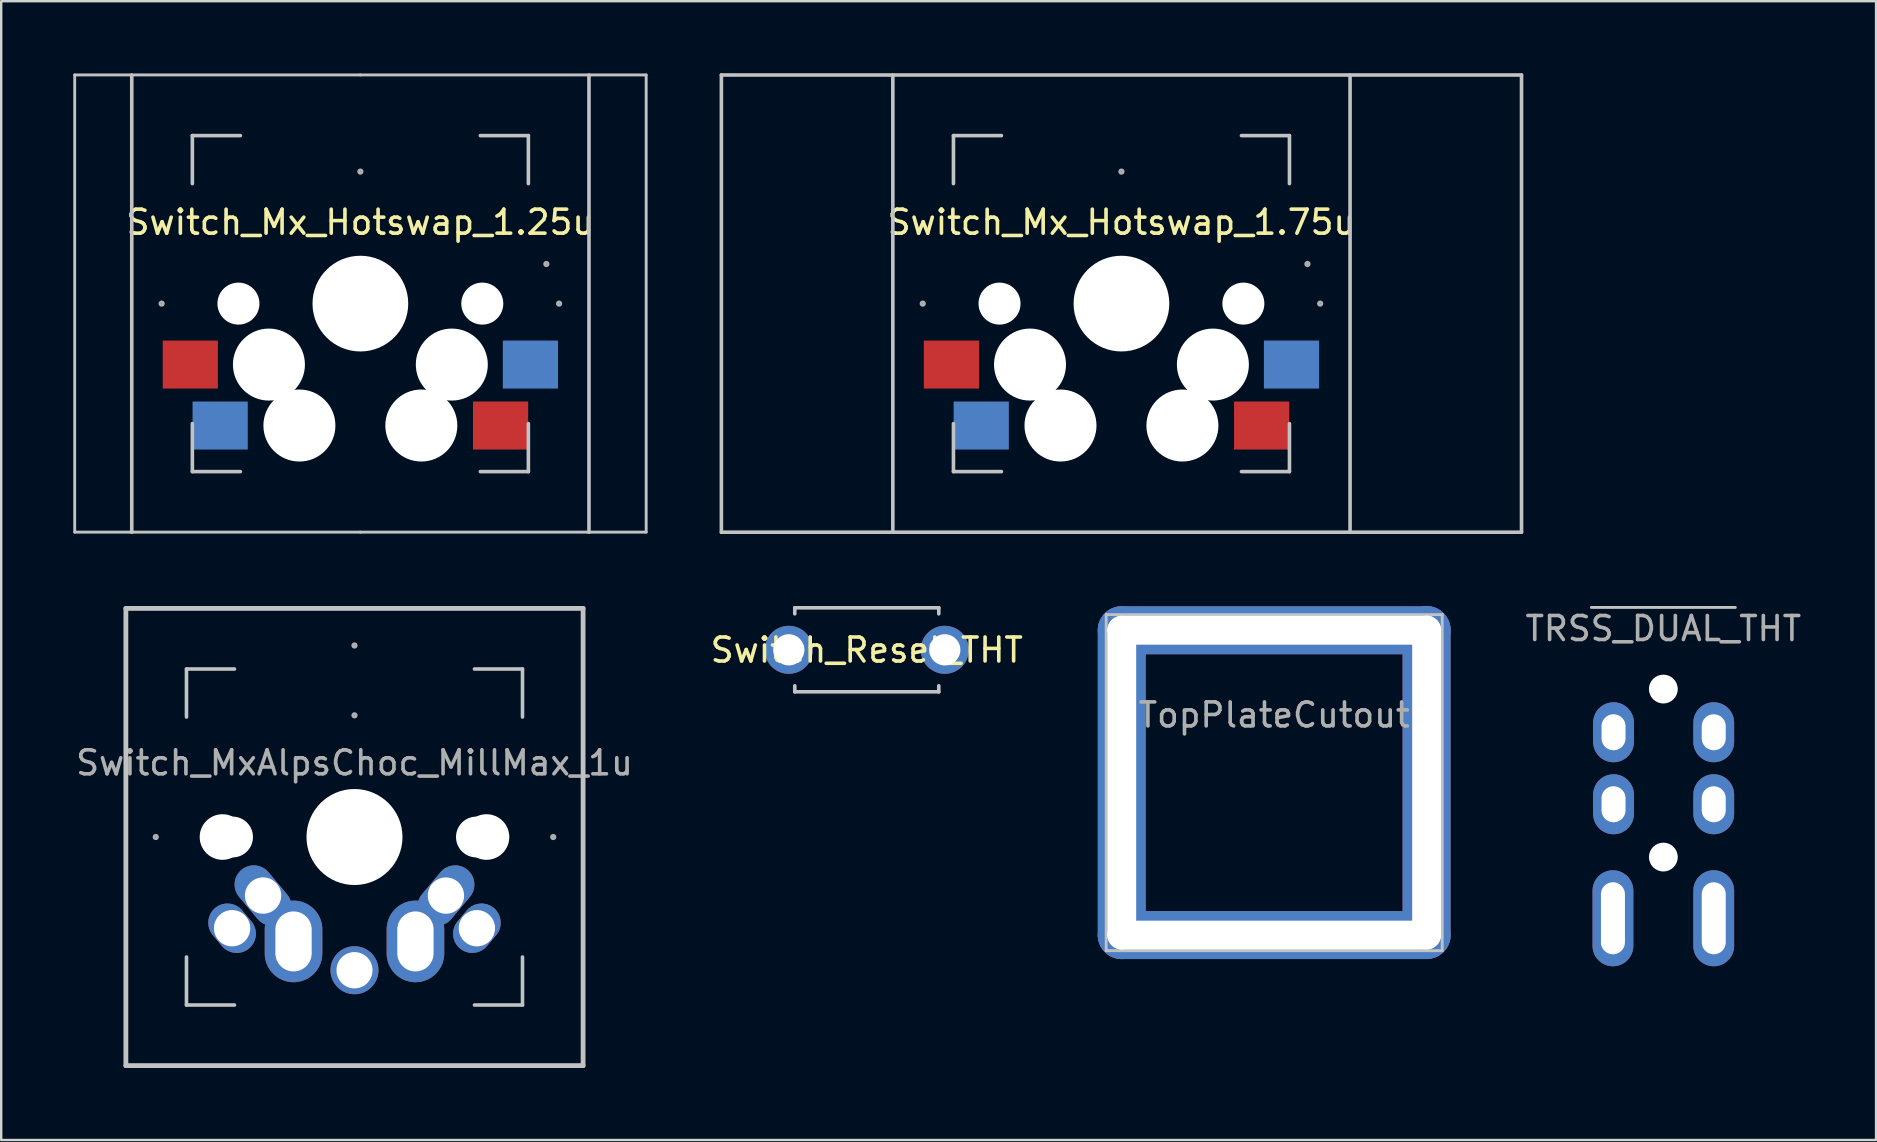
<source format=kicad_pcb>
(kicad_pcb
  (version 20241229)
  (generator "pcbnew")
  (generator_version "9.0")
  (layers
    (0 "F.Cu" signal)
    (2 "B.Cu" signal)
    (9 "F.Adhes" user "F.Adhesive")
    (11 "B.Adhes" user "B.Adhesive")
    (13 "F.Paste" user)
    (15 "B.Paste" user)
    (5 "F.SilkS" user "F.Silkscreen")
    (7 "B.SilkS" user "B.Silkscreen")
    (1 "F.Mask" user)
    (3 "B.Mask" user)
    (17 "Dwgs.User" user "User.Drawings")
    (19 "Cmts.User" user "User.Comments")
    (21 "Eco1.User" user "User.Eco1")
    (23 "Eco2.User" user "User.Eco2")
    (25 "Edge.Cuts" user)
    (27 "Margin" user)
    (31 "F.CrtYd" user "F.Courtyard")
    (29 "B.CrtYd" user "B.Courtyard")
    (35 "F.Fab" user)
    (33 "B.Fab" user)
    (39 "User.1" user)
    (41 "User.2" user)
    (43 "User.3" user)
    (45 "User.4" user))
  (footprint "Switch_Mx_Hotswap_1.25u"
    (layer "F.Cu")
    (at 11.965 9.6)
    (property "Reference" "Switch_Mx_Hotswap_1.25u" (at 0 -3.39 180) (layer "F.SilkS") (effects (font (size 1 1) (thickness 0.15))))
    (attr through_hole)
    (fp_line (start -11.905 -9.528) (end 0 -9.528) (stroke (width 0.12) (type solid)) (layer "Dwgs.User"))
    (fp_line (start -11.902 9.522) (end -11.902 -9.528) (stroke (width 0.12) (type solid)) (layer "Dwgs.User"))
    (fp_line (start -9.525 9.525) (end -9.525 -9.525) (stroke (width 0.15) (type solid)) (layer "Dwgs.User"))
    (fp_line (start -7 -7) (end -5 -7) (stroke (width 0.15) (type solid)) (layer "Dwgs.User"))
    (fp_line (start -7 -5) (end -7 -7) (stroke (width 0.15) (type solid)) (layer "Dwgs.User"))
    (fp_line (start -7 7) (end -7 5) (stroke (width 0.15) (type solid)) (layer "Dwgs.User"))
    (fp_line (start -5 7) (end -7 7) (stroke (width 0.15) (type solid)) (layer "Dwgs.User"))
    (fp_line (start 0 -9.528) (end 11.905 -9.528) (stroke (width 0.12) (type solid)) (layer "Dwgs.User"))
    (fp_line (start 0.003 9.522) (end -11.902 9.522) (stroke (width 0.12) (type solid)) (layer "Dwgs.User"))
    (fp_line (start 5 -7) (end 7 -7) (stroke (width 0.15) (type solid)) (layer "Dwgs.User"))
    (fp_line (start 5 7) (end 7 7) (stroke (width 0.15) (type solid)) (layer "Dwgs.User"))
    (fp_line (start 7 -7) (end 7 -5) (stroke (width 0.15) (type solid)) (layer "Dwgs.User"))
    (fp_line (start 7 7) (end 7 5) (stroke (width 0.15) (type solid)) (layer "Dwgs.User"))
    (fp_line (start 9.525 -9.525) (end 9.525 9.525) (stroke (width 0.15) (type solid)) (layer "Dwgs.User"))
    (fp_line (start 11.908 -9.528) (end 11.908 9.522) (stroke (width 0.12) (type solid)) (layer "Dwgs.User"))
    (fp_line (start 11.908 9.522) (end 0.003 9.522) (stroke (width 0.12) (type solid)) (layer "Dwgs.User"))
    (fp_circle (center -8.28 0) (end -8.28 -0.01) (stroke (width 0.12) (type solid)) (fill no) (layer "F.Fab"))
    (fp_circle (center 0 -5.5) (end 0 -5.51) (stroke (width 0.12) (type solid)) (fill no) (layer "F.Fab"))
    (fp_circle (center 7.75 -1.65) (end 7.75 -1.66) (stroke (width 0.12) (type solid)) (fill no) (layer "F.Fab"))
    (fp_circle (center 8.28 0) (end 8.28 -0.01) (stroke (width 0.12) (type solid)) (fill no) (layer "F.Fab"))
    (pad "" np_thru_hole circle (at -5.08 0 228.1) (size 1.75 1.75) (drill 1.75) (layers "*.Cu" "*.Mask"))
    (pad "" np_thru_hole circle (at -3.81 2.54 180) (size 3 3) (drill 3) (layers "*.Cu" "*.Mask"))
    (pad "" np_thru_hole circle (at -2.54 5.08 180) (size 3 3) (drill 3) (layers "*.Cu" "*.Mask"))
    (pad "" np_thru_hole circle (at 0 0 180) (size 3.988 3.988) (drill 3.988) (layers "*.Cu" "*.Mask"))
    (pad "" np_thru_hole circle (at 2.54 5.08 180) (size 3 3) (drill 3) (layers "*.Cu" "*.Mask"))
    (pad "" np_thru_hole circle (at 3.81 2.54 180) (size 3 3) (drill 3) (layers "*.Cu" "*.Mask"))
    (pad "" np_thru_hole circle (at 5.08 0 228.1) (size 1.75 1.75) (drill 1.75) (layers "*.Cu" "*.Mask"))
    (pad "1" smd rect (at -7.085 2.54 180) (size 2.3 2) (layers "F.Cu" "F.Mask" "F.Paste"))
    (pad "1" smd rect (at 7.085 2.54 180) (size 2.3 2) (layers "B.Cu" "B.Mask" "B.Paste"))
    (pad "2" smd rect (at -5.842 5.08 180) (size 2.3 2) (layers "B.Cu" "B.Mask" "B.Paste"))
    (pad "2" smd rect (at 5.842 5.08 180) (size 2.3 2) (layers "F.Cu" "F.Mask" "F.Paste")))
  (footprint "TopPlateCutout"
    (layer "F.Cu")
    (at 50.04 29.56)
    (property "Reference" "TopPlateCutout" (at 0 -2.82 180) (layer "F.Fab") (effects (font (size 1 1) (thickness 0.15))))
    (attr through_hole)
    (fp_line (start -7 -7) (end -7 7) (stroke (width 0.12) (type solid)) (layer "Dwgs.User"))
    (fp_line (start -7 -7) (end 7 -7) (stroke (width 0.12) (type solid)) (layer "Dwgs.User"))
    (fp_line (start 7 -7) (end 7 7) (stroke (width 0.12) (type solid)) (layer "Dwgs.User"))
    (fp_line (start 7 7) (end -7 7) (stroke (width 0.12) (type solid)) (layer "Dwgs.User"))
    (pad "" thru_hole oval (at -6.35 0 270) (size 14.7 2) (drill oval 13.9 1.2) (layers "*.Cu" "*.Mask"))
    (pad "" thru_hole oval (at 0 -6.35) (size 14.7 2) (drill oval 13.9 1.2) (layers "*.Cu" "*.Mask"))
    (pad "" thru_hole oval (at 0 6.35) (size 14.7 2) (drill oval 13.9 1.2) (layers "*.Cu" "*.Mask"))
    (pad "" thru_hole oval (at 6.35 -0.01 270) (size 14.7 2) (drill oval 13.9 1.2) (layers "*.Cu" "*.Mask")))
  (footprint "Switch_Reset_THT"
    (layer "F.Cu")
    (at 33.065 24.025)
    (property "Reference" "Switch_Reset_THT" (at 0 0.01 0) (layer "F.SilkS") (effects (font (size 1 1) (thickness 0.15))))
    (attr through_hole)
    (fp_line (start -3 -1.75) (end -3 -1.5) (stroke (width 0.15) (type solid)) (layer "Dwgs.User"))
    (fp_line (start -3 -1.75) (end 3 -1.75) (stroke (width 0.15) (type solid)) (layer "Dwgs.User"))
    (fp_line (start -3 1.75) (end -3 1.5) (stroke (width 0.15) (type solid)) (layer "Dwgs.User"))
    (fp_line (start -3 1.75) (end 3 1.75) (stroke (width 0.15) (type solid)) (layer "Dwgs.User"))
    (fp_line (start 3 -1.75) (end 3 -1.5) (stroke (width 0.15) (type solid)) (layer "Dwgs.User"))
    (fp_line (start 3 1.75) (end 3 1.5) (stroke (width 0.15) (type solid)) (layer "Dwgs.User"))
    (pad "1" thru_hole circle (at 3.25 0) (size 2 2) (drill 1.3) (layers "*.Cu" "*.Mask"))
    (pad "2" thru_hole circle (at -3.25 0) (size 2 2) (drill 1.3) (layers "*.Cu" "*.Mask")))
  (footprint "Switch_MxAlpsChoc_MillMax_1u"
    (layer "F.Cu")
    (at 11.72 31.825)
    (property "Reference" "Switch_MxAlpsChoc_MillMax_1u" (at 0 -3.09 0) (layer "F.Fab") (effects (font (size 1 1) (thickness 0.15))))
    (attr through_hole)
    (fp_line (start -9.525 -9.525) (end 9.525 -9.525) (stroke (width 0.2) (type solid)) (layer "Dwgs.User"))
    (fp_line (start -9.525 9.525) (end -9.525 -9.525) (stroke (width 0.2) (type solid)) (layer "Dwgs.User"))
    (fp_line (start -9.525 9.525) (end 9.525 9.525) (stroke (width 0.2) (type solid)) (layer "Dwgs.User"))
    (fp_line (start -7 -7) (end -7 -5) (stroke (width 0.15) (type solid)) (layer "Dwgs.User"))
    (fp_line (start -7 7) (end -7 5) (stroke (width 0.15) (type solid)) (layer "Dwgs.User"))
    (fp_line (start -5 -7) (end -7 -7) (stroke (width 0.15) (type solid)) (layer "Dwgs.User"))
    (fp_line (start -5 7) (end -7 7) (stroke (width 0.15) (type solid)) (layer "Dwgs.User"))
    (fp_line (start 5 7) (end 7 7) (stroke (width 0.15) (type solid)) (layer "Dwgs.User"))
    (fp_line (start 7 -7) (end 5 -7) (stroke (width 0.15) (type solid)) (layer "Dwgs.User"))
    (fp_line (start 7 -5) (end 7 -7) (stroke (width 0.15) (type solid)) (layer "Dwgs.User"))
    (fp_line (start 7 7) (end 7 5) (stroke (width 0.15) (type solid)) (layer "Dwgs.User"))
    (fp_line (start 9.525 -9.525) (end 9.525 9.525) (stroke (width 0.2) (type solid)) (layer "Dwgs.User"))
    (fp_circle (center -8.28 0) (end -8.28 0.01) (stroke (width 0.12) (type solid)) (fill no) (layer "F.Fab"))
    (fp_circle (center 0 -7.98) (end 0 -7.97) (stroke (width 0.12) (type solid)) (fill no) (layer "F.Fab"))
    (fp_circle (center 0 -5.07) (end 0 -5.06) (stroke (width 0.12) (type solid)) (fill no) (layer "F.Fab"))
    (fp_circle (center 8.28 0) (end 8.28 0.01) (stroke (width 0.12) (type solid)) (fill no) (layer "F.Fab"))
    (pad "" np_thru_hole circle (at -5.5 0 270) (size 1.9 1.9) (drill 1.9) (layers "*.Cu" "*.Mask"))
    (pad "" np_thru_hole circle (at -5.08 0 180) (size 1.7 1.7) (drill 1.7) (layers "*.Cu" "*.Mask"))
    (pad "" np_thru_hole circle (at 0 0 270) (size 4 4) (drill 4) (layers "*.Cu" "*.Mask"))
    (pad "" np_thru_hole circle (at 5.08 0 180) (size 1.7 1.7) (drill 1.7) (layers "*.Cu" "*.Mask"))
    (pad "" np_thru_hole circle (at 5.5 0 270) (size 1.9 1.9) (drill 1.9) (layers "*.Cu" "*.Mask"))
    (pad "1" thru_hole oval (at -5.1 3.8 130) (size 2.2 1.6) (drill 1.513) (layers "*.Cu" "*.Mask"))
    (pad "1" thru_hole oval (at 2.54 4.35 180) (size 2.4 3.4) (drill oval 1.513 2.5) (layers "*.Cu" "*.Mask"))
    (pad "1" thru_hole oval (at 3.81 2.44 230) (size 2.8 1.6) (drill 1.513) (layers "*.Cu" "*.Mask"))
    (pad "1" thru_hole oval (at 5.1 3.8 230) (size 2.2 1.6) (drill 1.513) (layers "*.Cu" "*.Mask"))
    (pad "2" thru_hole oval (at -3.81 2.44 130) (size 2.8 1.6) (drill 1.513) (layers "*.Cu" "*.Mask"))
    (pad "2" thru_hole oval (at -2.54 4.35 180) (size 2.4 3.4) (drill oval 1.513 2.5) (layers "*.Cu" "*.Mask"))
    (pad "2" thru_hole circle (at 0 5.55 270) (size 2 2) (drill oval 1.513 1.5) (layers "*.Cu" "*.Mask")))
  (footprint "Switch_Mx_Hotswap_1.75u"
    (layer "F.Cu")
    (at 43.676 9.6)
    (property "Reference" "Switch_Mx_Hotswap_1.75u" (at 0 -3.39 180) (layer "F.SilkS") (effects (font (size 1 1) (thickness 0.15))))
    (attr through_hole)
    (fp_line (start -16.669 -9.525) (end -16.669 9.525) (stroke (width 0.15) (type solid)) (layer "Dwgs.User"))
    (fp_line (start -16.669 -9.525) (end 16.669 -9.525) (stroke (width 0.15) (type solid)) (layer "Dwgs.User"))
    (fp_line (start -9.525 9.525) (end -9.525 -9.525) (stroke (width 0.15) (type solid)) (layer "Dwgs.User"))
    (fp_line (start -7 -7) (end -5 -7) (stroke (width 0.15) (type solid)) (layer "Dwgs.User"))
    (fp_line (start -7 -5) (end -7 -7) (stroke (width 0.15) (type solid)) (layer "Dwgs.User"))
    (fp_line (start -7 7) (end -7 5) (stroke (width 0.15) (type solid)) (layer "Dwgs.User"))
    (fp_line (start -5 7) (end -7 7) (stroke (width 0.15) (type solid)) (layer "Dwgs.User"))
    (fp_line (start 5 -7) (end 7 -7) (stroke (width 0.15) (type solid)) (layer "Dwgs.User"))
    (fp_line (start 5 7) (end 7 7) (stroke (width 0.15) (type solid)) (layer "Dwgs.User"))
    (fp_line (start 7 -7) (end 7 -5) (stroke (width 0.15) (type solid)) (layer "Dwgs.User"))
    (fp_line (start 7 7) (end 7 5) (stroke (width 0.15) (type solid)) (layer "Dwgs.User"))
    (fp_line (start 9.525 -9.525) (end 9.525 9.525) (stroke (width 0.15) (type solid)) (layer "Dwgs.User"))
    (fp_line (start 16.669 -9.525) (end 16.669 9.525) (stroke (width 0.15) (type solid)) (layer "Dwgs.User"))
    (fp_line (start 16.669 9.525) (end -16.669 9.525) (stroke (width 0.15) (type solid)) (layer "Dwgs.User"))
    (fp_circle (center -8.28 0) (end -8.28 -0.01) (stroke (width 0.12) (type solid)) (fill no) (layer "F.Fab"))
    (fp_circle (center 0 -5.5) (end 0 -5.51) (stroke (width 0.12) (type solid)) (fill no) (layer "F.Fab"))
    (fp_circle (center 7.75 -1.65) (end 7.75 -1.66) (stroke (width 0.12) (type solid)) (fill no) (layer "F.Fab"))
    (fp_circle (center 8.28 0) (end 8.28 -0.01) (stroke (width 0.12) (type solid)) (fill no) (layer "F.Fab"))
    (pad "" np_thru_hole circle (at -5.08 0 228.1) (size 1.75 1.75) (drill 1.75) (layers "*.Cu" "*.Mask"))
    (pad "" np_thru_hole circle (at -3.81 2.54 180) (size 3 3) (drill 3) (layers "*.Cu" "*.Mask"))
    (pad "" np_thru_hole circle (at -2.54 5.08 180) (size 3 3) (drill 3) (layers "*.Cu" "*.Mask"))
    (pad "" np_thru_hole circle (at 0 0 180) (size 3.988 3.988) (drill 3.988) (layers "*.Cu" "*.Mask"))
    (pad "" np_thru_hole circle (at 2.54 5.08 180) (size 3 3) (drill 3) (layers "*.Cu" "*.Mask"))
    (pad "" np_thru_hole circle (at 3.81 2.54 180) (size 3 3) (drill 3) (layers "*.Cu" "*.Mask"))
    (pad "" np_thru_hole circle (at 5.08 0 228.1) (size 1.75 1.75) (drill 1.75) (layers "*.Cu" "*.Mask"))
    (pad "1" smd rect (at -7.085 2.54 180) (size 2.3 2) (layers "F.Cu" "F.Mask" "F.Paste"))
    (pad "1" smd rect (at 7.085 2.54 180) (size 2.3 2) (layers "B.Cu" "B.Mask" "B.Paste"))
    (pad "2" smd rect (at -5.842 5.08 180) (size 2.3 2) (layers "B.Cu" "B.Mask" "B.Paste"))
    (pad "2" smd rect (at 5.842 5.08 180) (size 2.3 2) (layers "F.Cu" "F.Mask" "F.Paste")))
  (footprint "TRSS_DUAL_THT"
    (layer "F.Cu")
    (at 66.254 24.16)
    (property "Reference" "TRSS_DUAL_THT" (at 0 -1.02 0) (layer "F.Fab") (effects (font (size 1 1) (thickness 0.15))))
    (attr through_hole)
    (fp_line (start -3 -1.9) (end 3 -1.9) (stroke (width 0.12) (type solid)) (layer "Dwgs.User"))
    (pad "" np_thru_hole circle (at 0 1.5) (size 1.2 1.2) (drill 1.2) (layers "*.Cu" "*.Mask"))
    (pad "" np_thru_hole circle (at 0 8.5) (size 1.2 1.2) (drill 1.2) (layers "*.Cu" "*.Mask"))
    (pad "A" thru_hole oval (at -2.1 11.05) (size 1.7 4) (drill oval 1 3) (layers "*.Cu" "*.Mask"))
    (pad "B" thru_hole oval (at -2.075 3.3) (size 1.7 2.5) (drill oval 1 1.5) (layers "*.Cu" "*.Mask"))
    (pad "B" thru_hole oval (at 2.1 3.3) (size 1.7 2.5) (drill oval 1 1.5) (layers "*.Cu" "*.Mask"))
    (pad "C" thru_hole oval (at -2.075 6.3) (size 1.7 2.5) (drill oval 1 1.5) (layers "*.Cu" "*.Mask"))
    (pad "C" thru_hole oval (at 2.1 6.3) (size 1.7 2.5) (drill oval 1 1.5) (layers "*.Cu" "*.Mask"))
    (pad "D" thru_hole oval (at 2.1 11.05) (size 1.7 4) (drill oval 1 3) (layers "*.Cu" "*.Mask")))
  (gr_rect
    (start -3 -3)
    (end 75.117 44.45)
    (stroke (width 0.1) (type default))
    (fill no)
    (layer "Edge.Cuts")))
</source>
